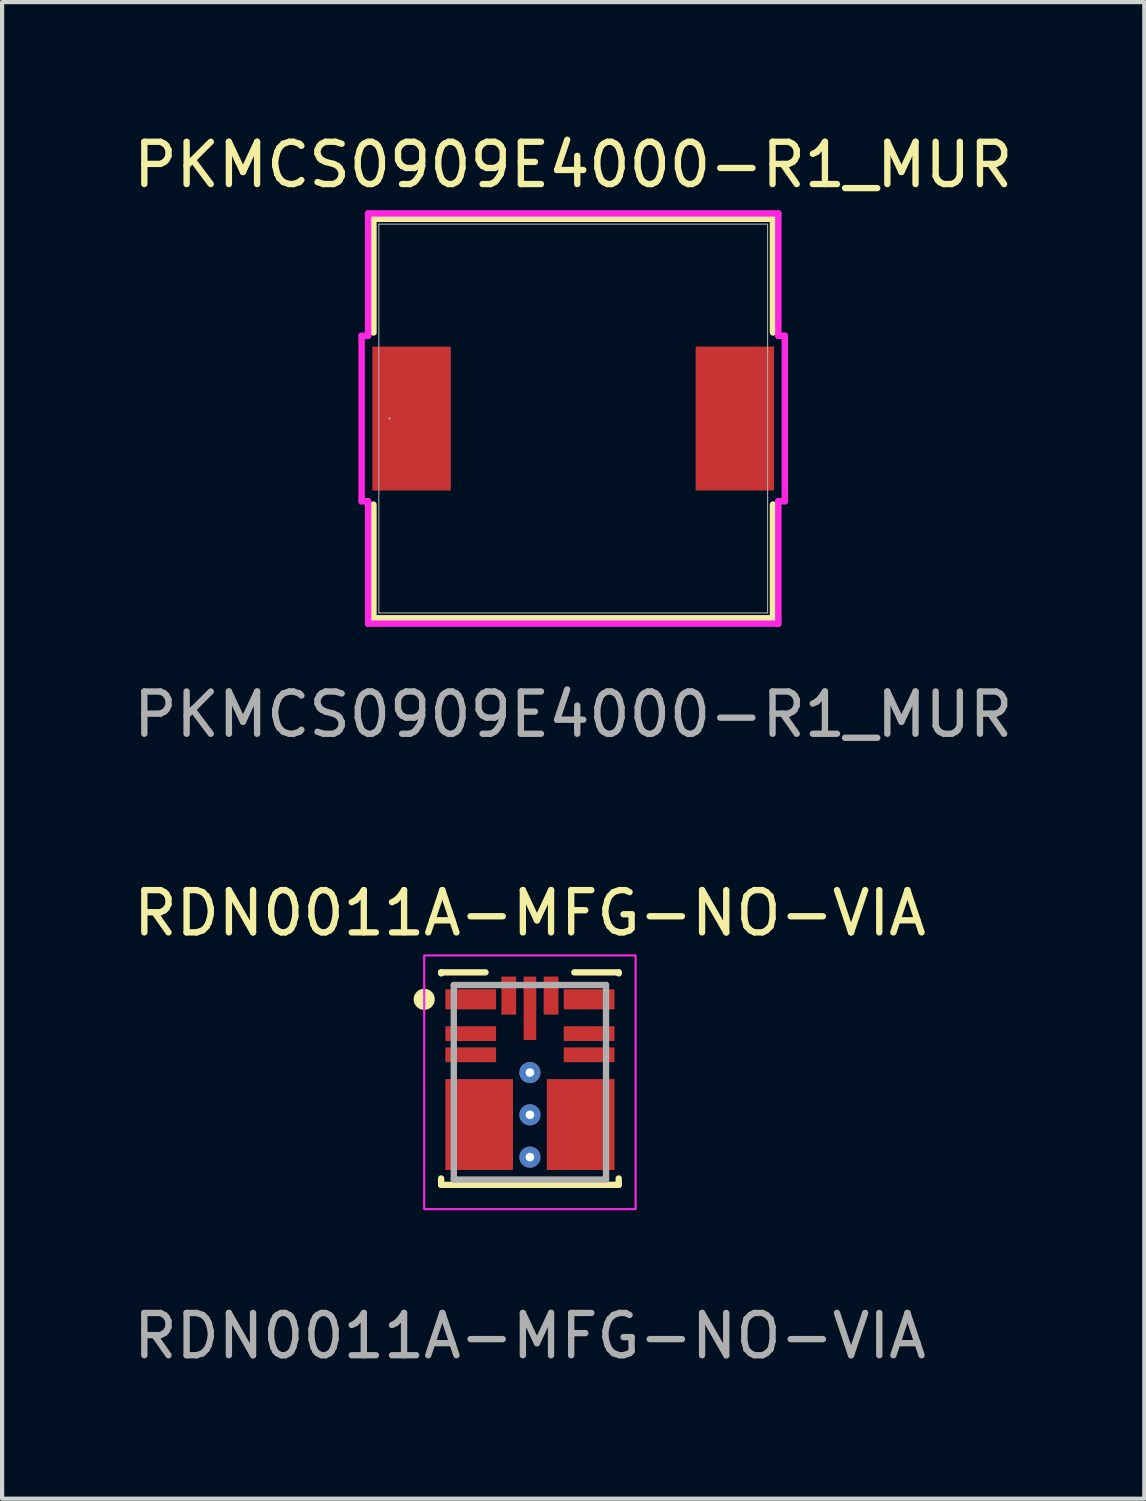
<source format=kicad_pcb>
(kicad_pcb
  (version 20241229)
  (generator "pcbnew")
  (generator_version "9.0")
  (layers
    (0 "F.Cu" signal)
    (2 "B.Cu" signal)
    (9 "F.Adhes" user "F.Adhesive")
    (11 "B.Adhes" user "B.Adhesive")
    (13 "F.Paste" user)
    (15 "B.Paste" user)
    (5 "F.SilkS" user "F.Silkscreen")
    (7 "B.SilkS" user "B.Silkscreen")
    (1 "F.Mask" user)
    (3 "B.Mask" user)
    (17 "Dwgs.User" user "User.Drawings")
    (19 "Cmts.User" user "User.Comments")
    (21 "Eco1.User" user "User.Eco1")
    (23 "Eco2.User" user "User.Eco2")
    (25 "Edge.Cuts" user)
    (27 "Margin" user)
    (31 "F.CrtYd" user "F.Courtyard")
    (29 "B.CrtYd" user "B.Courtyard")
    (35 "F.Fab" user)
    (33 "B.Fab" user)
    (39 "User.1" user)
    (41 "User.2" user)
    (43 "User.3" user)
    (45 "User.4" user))
  (footprint "PKMCS0909E4000-R1_MUR"
    (layer "F.Cu")
    (at 10.506 6.848)
    (property "Reference" "PKMCS0909E4000-R1_MUR" (at 0 -6 0) (unlocked yes) (layer "F.SilkS") (effects (font (size 1 1) (thickness 0.15))))
    (attr smd)
    (fp_line (start -4.724 -4.724) (end -4.724 -2.035) (stroke (width 0.152) (type solid)) (layer "F.SilkS"))
    (fp_line (start -4.724 2.035) (end -4.724 4.724) (stroke (width 0.152) (type solid)) (layer "F.SilkS"))
    (fp_line (start -4.724 4.724) (end 4.724 4.724) (stroke (width 0.152) (type solid)) (layer "F.SilkS"))
    (fp_line (start 4.724 -4.724) (end -4.724 -4.724) (stroke (width 0.152) (type solid)) (layer "F.SilkS"))
    (fp_line (start 4.724 -2.035) (end 4.724 -4.724) (stroke (width 0.152) (type solid)) (layer "F.SilkS"))
    (fp_line (start 4.724 4.724) (end 4.724 2.035) (stroke (width 0.152) (type solid)) (layer "F.SilkS"))
    (fp_line (start -5.004 -1.956) (end -4.851 -1.956) (stroke (width 0.152) (type solid)) (layer "F.CrtYd"))
    (fp_line (start -5.004 1.956) (end -5.004 -1.956) (stroke (width 0.152) (type solid)) (layer "F.CrtYd"))
    (fp_line (start -4.851 -4.851) (end 4.851 -4.851) (stroke (width 0.152) (type solid)) (layer "F.CrtYd"))
    (fp_line (start -4.851 -1.956) (end -4.851 -4.851) (stroke (width 0.152) (type solid)) (layer "F.CrtYd"))
    (fp_line (start -4.851 1.956) (end -5.004 1.956) (stroke (width 0.152) (type solid)) (layer "F.CrtYd"))
    (fp_line (start -4.851 4.851) (end -4.851 1.956) (stroke (width 0.152) (type solid)) (layer "F.CrtYd"))
    (fp_line (start 4.851 -4.851) (end 4.851 -1.956) (stroke (width 0.152) (type solid)) (layer "F.CrtYd"))
    (fp_line (start 4.851 -1.956) (end 5.004 -1.956) (stroke (width 0.152) (type solid)) (layer "F.CrtYd"))
    (fp_line (start 4.851 1.956) (end 4.851 4.851) (stroke (width 0.152) (type solid)) (layer "F.CrtYd"))
    (fp_line (start 4.851 4.851) (end -4.851 4.851) (stroke (width 0.152) (type solid)) (layer "F.CrtYd"))
    (fp_line (start 5.004 -1.956) (end 5.004 1.956) (stroke (width 0.152) (type solid)) (layer "F.CrtYd"))
    (fp_line (start 5.004 1.956) (end 4.851 1.956) (stroke (width 0.152) (type solid)) (layer "F.CrtYd"))
    (fp_line (start -4.597 -4.597) (end -4.597 4.597) (stroke (width 0.025) (type solid)) (layer "F.Fab"))
    (fp_line (start -4.597 4.597) (end 4.597 4.597) (stroke (width 0.025) (type solid)) (layer "F.Fab"))
    (fp_line (start 4.597 -4.597) (end -4.597 -4.597) (stroke (width 0.025) (type solid)) (layer "F.Fab"))
    (fp_line (start 4.597 4.597) (end 4.597 -4.597) (stroke (width 0.025) (type solid)) (layer "F.Fab"))
    (fp_circle (center -4.343 0) (end -4.343 0) (stroke (width 0.025) (type solid)) (fill no) (layer "F.Fab"))
    (fp_text user "${REFERENCE}" (at 0 7 0) (unlocked yes) (layer "F.Fab") (effects (font (size 1 1) (thickness 0.15))))
    (pad "1" smd rect (at -3.823 0 90) (size 3.404 1.854) (layers "F.Cu" "F.Mask" "F.Paste"))
    (pad "2" smd rect (at 3.823 0 90) (size 3.404 1.854) (layers "F.Cu" "F.Mask" "F.Paste")))
  (footprint "RDN0011A-MFG-NO-VIA"
    (layer "F.Cu")
    (at 9.482 22.545)
    (property "Reference" "RDN0011A-MFG-NO-VIA" (at 0 -4 0) (unlocked yes) (layer "F.SilkS") (effects (font (size 1 1) (thickness 0.15))))
    (attr through_hole)
    (fp_line (start -2.1 -2.6) (end -1.05 -2.6) (stroke (width 0.15) (type solid)) (layer "F.SilkS"))
    (fp_line (start -2.1 -2.575) (end -2.1 -2.6) (stroke (width 0.15) (type solid)) (layer "F.SilkS"))
    (fp_line (start -2.1 2.425) (end -2.1 2.275) (stroke (width 0.15) (type solid)) (layer "F.SilkS"))
    (fp_line (start -2.1 2.425) (end 2.1 2.425) (stroke (width 0.15) (type solid)) (layer "F.SilkS"))
    (fp_line (start 1.05 -2.6) (end 2.1 -2.6) (stroke (width 0.15) (type solid)) (layer "F.SilkS"))
    (fp_line (start 2.1 -2.575) (end 2.1 -2.6) (stroke (width 0.15) (type solid)) (layer "F.SilkS"))
    (fp_line (start 2.1 2.425) (end 2.1 2.275) (stroke (width 0.15) (type solid)) (layer "F.SilkS"))
    (fp_circle (center -2.5 -1.962) (end -2.375 -1.962) (stroke (width 0.25) (type solid)) (fill no) (layer "F.SilkS"))
    (fp_poly (pts (xy -1.95 -2.099) (xy -1.9 -2.15) (xy -0.9 -2.15) (xy -0.85 -2.099) (xy -0.85 -1.825) (xy -0.9 -1.774) (xy -1.9 -1.774) (xy -1.95 -1.825)) (stroke (width 0) (type solid)) (fill yes) (layer "F.Paste"))
    (fp_poly (pts (xy -1.9 -1.025) (xy -1.95 -1.075) (xy -1.95 -1.225) (xy -1.9 -1.275) (xy -0.9 -1.275) (xy -0.85 -1.225) (xy -0.85 -1.075) (xy -0.9 -1.025)) (stroke (width 0) (type solid)) (fill yes) (layer "F.Paste"))
    (fp_poly (pts (xy -1.575 0.225) (xy -1.575 0.375) (xy -1.625 0.425) (xy -1.9 0.425) (xy -1.95 0.375) (xy -1.95 0.225) (xy -1.9 0.175) (xy -1.625 0.175)) (stroke (width 0) (type solid)) (fill yes) (layer "F.Paste"))
    (fp_poly (pts (xy -1.575 0.725) (xy -1.575 0.875) (xy -1.625 0.925) (xy -1.9 0.925) (xy -1.95 0.875) (xy -1.95 0.725) (xy -1.9 0.675) (xy -1.625 0.675)) (stroke (width 0) (type solid)) (fill yes) (layer "F.Paste"))
    (fp_poly (pts (xy -1.575 1.225) (xy -1.575 1.375) (xy -1.625 1.425) (xy -1.9 1.425) (xy -1.95 1.375) (xy -1.95 1.225) (xy -1.9 1.175) (xy -1.625 1.175)) (stroke (width 0) (type solid)) (fill yes) (layer "F.Paste"))
    (fp_poly (pts (xy -1.575 1.725) (xy -1.575 1.875) (xy -1.625 1.925) (xy -1.9 1.925) (xy -1.95 1.875) (xy -1.95 1.725) (xy -1.9 1.675) (xy -1.625 1.675)) (stroke (width 0) (type solid)) (fill yes) (layer "F.Paste"))
    (fp_poly (pts (xy -1.38 0.443) (xy -1.38 0.028) (xy -1.33 -0.022) (xy -0.5 -0.022) (xy -0.45 0.028) (xy -0.45 0.443) (xy -0.5 0.493) (xy -1.33 0.493)) (stroke (width 0) (type solid)) (fill yes) (layer "F.Paste"))
    (fp_poly (pts (xy -1.33 1.31) (xy -1.38 1.26) (xy -1.38 0.74) (xy -1.33 0.69) (xy -0.5 0.69) (xy -0.45 0.74) (xy -0.45 1.26) (xy -0.5 1.31)) (stroke (width 0) (type solid)) (fill yes) (layer "F.Paste"))
    (fp_poly (pts (xy -1.33 1.512) (xy -0.5 1.512) (xy -0.45 1.562) (xy -0.45 1.977) (xy -0.5 2.027) (xy -1.33 2.027) (xy -1.38 1.977) (xy -1.38 1.562)) (stroke (width 0) (type solid)) (fill yes) (layer "F.Paste"))
    (fp_poly (pts (xy -0.9 -0.775) (xy -0.85 -0.725) (xy -0.85 -0.575) (xy -0.9 -0.525) (xy -1.9 -0.525) (xy -1.95 -0.575) (xy -1.95 -0.725) (xy -1.9 -0.775)) (stroke (width 0) (type solid)) (fill yes) (layer "F.Paste"))
    (fp_poly (pts (xy -0.425 -1.65) (xy -0.575 -1.65) (xy -0.625 -1.7) (xy -0.625 -2.4) (xy -0.575 -2.45) (xy -0.425 -2.45) (xy -0.375 -2.4) (xy -0.375 -1.7)) (stroke (width 0) (type solid)) (fill yes) (layer "F.Paste"))
    (fp_poly (pts (xy -0.1 -2.4) (xy -0.05 -2.45) (xy 0.05 -2.45) (xy 0.1 -2.4) (xy 0.1 -1.1) (xy 0.05 -1.024) (xy -0.05 -1.024) (xy -0.1 -1.1)) (stroke (width 0) (type solid)) (fill yes) (layer "F.Paste"))
    (fp_poly (pts (xy 0.45 1.26) (xy 0.45 0.74) (xy 0.5 0.69) (xy 1.33 0.69) (xy 1.38 0.74) (xy 1.38 1.26) (xy 1.33 1.31) (xy 0.5 1.31)) (stroke (width 0) (type solid)) (fill yes) (layer "F.Paste"))
    (fp_poly (pts (xy 0.575 -1.65) (xy 0.425 -1.65) (xy 0.375 -1.7) (xy 0.375 -2.4) (xy 0.425 -2.45) (xy 0.575 -2.45) (xy 0.625 -2.4) (xy 0.625 -1.7)) (stroke (width 0) (type solid)) (fill yes) (layer "F.Paste"))
    (fp_poly (pts (xy 0.85 -1.075) (xy 0.85 -1.225) (xy 0.9 -1.275) (xy 1.9 -1.275) (xy 1.95 -1.225) (xy 1.95 -1.075) (xy 1.9 -1.025) (xy 0.9 -1.025)) (stroke (width 0) (type solid)) (fill yes) (layer "F.Paste"))
    (fp_poly (pts (xy 0.85 -0.725) (xy 0.9 -0.775) (xy 1.9 -0.775) (xy 1.95 -0.725) (xy 1.95 -0.575) (xy 1.9 -0.525) (xy 0.9 -0.525) (xy 0.85 -0.575)) (stroke (width 0) (type solid)) (fill yes) (layer "F.Paste"))
    (fp_poly (pts (xy 1.33 0.493) (xy 0.5 0.493) (xy 0.45 0.443) (xy 0.45 0.028) (xy 0.5 -0.022) (xy 1.33 -0.022) (xy 1.38 0.028) (xy 1.38 0.443)) (stroke (width 0) (type solid)) (fill yes) (layer "F.Paste"))
    (fp_poly (pts (xy 1.38 1.562) (xy 1.38 1.977) (xy 1.33 2.027) (xy 0.5 2.027) (xy 0.45 1.977) (xy 0.45 1.562) (xy 0.5 1.512) (xy 1.33 1.512)) (stroke (width 0) (type solid)) (fill yes) (layer "F.Paste"))
    (fp_poly (pts (xy 1.95 0.225) (xy 1.95 0.375) (xy 1.9 0.425) (xy 1.625 0.425) (xy 1.575 0.375) (xy 1.575 0.225) (xy 1.625 0.175) (xy 1.9 0.175)) (stroke (width 0) (type solid)) (fill yes) (layer "F.Paste"))
    (fp_poly (pts (xy 1.95 0.725) (xy 1.95 0.875) (xy 1.9 0.925) (xy 1.625 0.925) (xy 1.575 0.875) (xy 1.575 0.725) (xy 1.625 0.675) (xy 1.9 0.675)) (stroke (width 0) (type solid)) (fill yes) (layer "F.Paste"))
    (fp_poly (pts (xy 1.95 1.225) (xy 1.95 1.375) (xy 1.9 1.425) (xy 1.625 1.425) (xy 1.575 1.375) (xy 1.575 1.225) (xy 1.625 1.175) (xy 1.9 1.175)) (stroke (width 0) (type solid)) (fill yes) (layer "F.Paste"))
    (fp_poly (pts (xy 1.95 1.725) (xy 1.95 1.875) (xy 1.9 1.925) (xy 1.625 1.925) (xy 1.575 1.875) (xy 1.575 1.725) (xy 1.625 1.675) (xy 1.9 1.675)) (stroke (width 0) (type solid)) (fill yes) (layer "F.Paste"))
    (fp_poly (pts (xy 1.95 -2.099) (xy 1.95 -1.825) (xy 1.9 -1.774) (xy 0.9 -1.774) (xy 0.85 -1.825) (xy 0.85 -2.099) (xy 0.9 -2.15) (xy 1.9 -2.15)) (stroke (width 0) (type solid)) (fill yes) (layer "F.Paste"))
    (fp_rect (start -2.5 -3) (end 2.5 3) (stroke (width 0.05) (type default)) (fill no) (layer "F.CrtYd"))
    (fp_line (start -1.8 -2.3) (end 1.8 -2.3) (stroke (width 0.15) (type solid)) (layer "F.Fab"))
    (fp_line (start -1.8 2.3) (end -1.8 -2.3) (stroke (width 0.15) (type solid)) (layer "F.Fab"))
    (fp_line (start -1.8 2.3) (end 1.8 2.3) (stroke (width 0.15) (type solid)) (layer "F.Fab"))
    (fp_line (start 1.8 2.3) (end 1.8 -2.3) (stroke (width 0.15) (type solid)) (layer "F.Fab"))
    (fp_text user "${REFERENCE}" (at 0 6 0) (unlocked yes) (layer "F.Fab") (effects (font (size 1 1) (thickness 0.15))))
    (pad "1" smd rect (at -1.4 -1.962) (size 1.2 0.475) (layers "F.Cu" "F.Mask"))
    (pad "2" smd rect (at -1.4 -1.15) (size 1.2 0.35) (layers "F.Cu" "F.Mask"))
    (pad "3" smd rect (at -1.4 -0.65) (size 1.2 0.35) (layers "F.Cu" "F.Mask"))
    (pad "4" smd rect (at -1.2 1) (size 1.6 2.15) (layers "F.Cu" "F.Mask"))
    (pad "5" smd rect (at 1.2 1) (size 1.6 2.15) (layers "F.Cu" "F.Mask"))
    (pad "6" smd rect (at 1.4 -0.65) (size 1.2 0.35) (layers "F.Cu" "F.Mask"))
    (pad "7" smd rect (at 1.4 -1.15) (size 1.2 0.35) (layers "F.Cu" "F.Mask"))
    (pad "8" smd rect (at 1.4 -1.962) (size 1.2 0.475) (layers "F.Cu" "F.Mask"))
    (pad "9" smd rect (at 0.5 -2.05) (size 0.35 0.9) (layers "F.Cu" "F.Mask"))
    (pad "10" smd rect (at 0 -1.75) (size 0.3 1.5) (layers "F.Cu" "F.Mask"))
    (pad "10" thru_hole circle (at 0 -0.23) (size 0.5 0.5) (drill 0.203) (layers "*.Cu" "*.Mask"))
    (pad "10" thru_hole circle (at 0 0.77) (size 0.5 0.5) (drill 0.203) (layers "*.Cu" "*.Mask"))
    (pad "10" thru_hole circle (at 0 1.77) (size 0.5 0.5) (drill 0.203) (layers "*.Cu" "*.Mask"))
    (pad "11" smd rect (at -0.5 -2.05) (size 0.35 0.9) (layers "F.Cu" "F.Mask")))
  (gr_rect
    (start -3 -3)
    (end 24.012 32.393)
    (stroke (width 0.1) (type default))
    (fill no)
    (layer "Edge.Cuts")))
</source>
